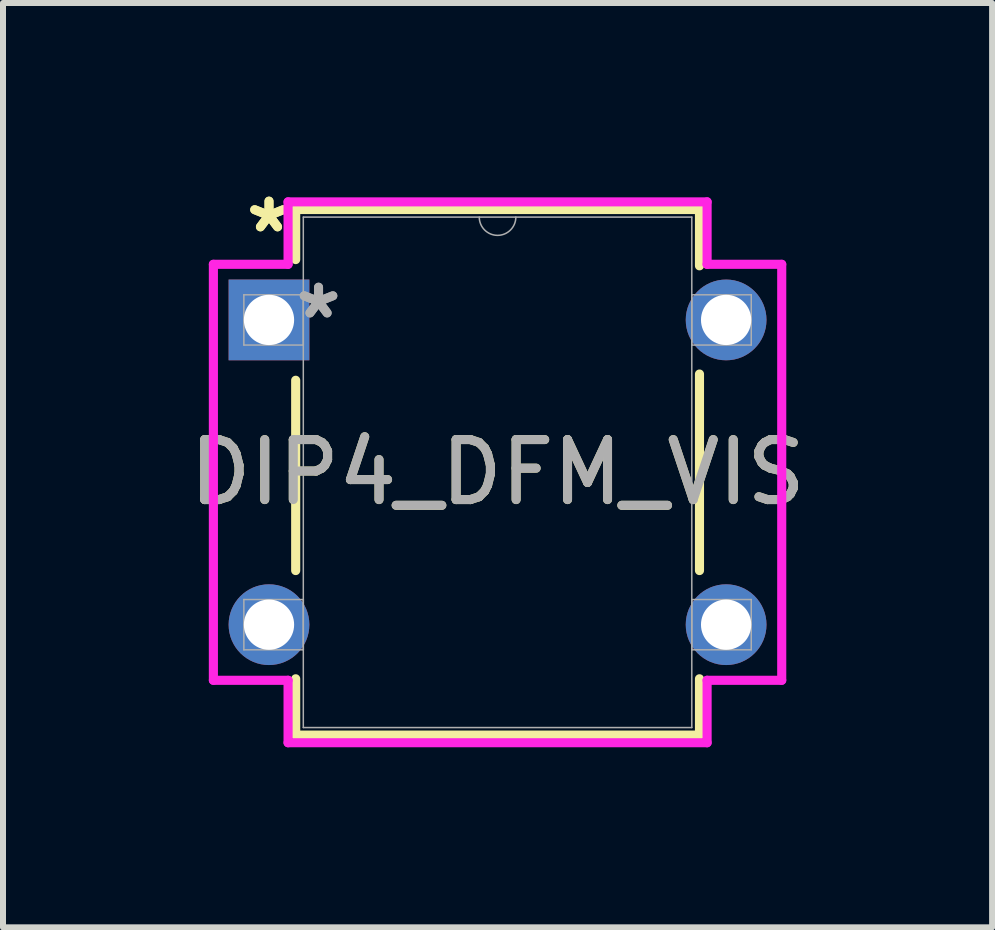
<source format=kicad_pcb>
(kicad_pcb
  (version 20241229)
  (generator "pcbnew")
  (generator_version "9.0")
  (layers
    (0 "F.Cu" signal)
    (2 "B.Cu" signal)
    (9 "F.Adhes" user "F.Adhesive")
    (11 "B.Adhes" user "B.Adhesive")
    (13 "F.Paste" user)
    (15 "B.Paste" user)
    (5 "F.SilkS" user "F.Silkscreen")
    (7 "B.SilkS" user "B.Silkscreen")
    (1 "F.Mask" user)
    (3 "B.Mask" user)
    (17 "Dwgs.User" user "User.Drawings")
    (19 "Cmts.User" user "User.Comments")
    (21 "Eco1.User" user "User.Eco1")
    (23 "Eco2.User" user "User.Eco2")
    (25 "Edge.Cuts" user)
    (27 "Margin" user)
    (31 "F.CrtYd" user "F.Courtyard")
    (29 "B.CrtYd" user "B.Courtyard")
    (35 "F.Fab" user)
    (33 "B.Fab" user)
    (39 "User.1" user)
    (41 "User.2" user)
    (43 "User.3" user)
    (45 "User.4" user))
  (footprint "DIP4_DFM_VIS"
    (layer "F.Cu")
    (at 1.434 2.283)
    (property "Reference" "DIP4_DFM_VIS" (at 3.81 2.54 0) (unlocked yes) (layer "F.SilkS") (effects (font (size 1 1) (thickness 0.15))))
    (attr through_hole)
    (fp_line (start 0.445 -1.841) (end 0.445 -1.006) (stroke (width 0.152) (type solid)) (layer "F.SilkS"))
    (fp_line (start 0.445 1.006) (end 0.445 4.178) (stroke (width 0.152) (type solid)) (layer "F.SilkS"))
    (fp_line (start 0.445 5.982) (end 0.445 6.921) (stroke (width 0.152) (type solid)) (layer "F.SilkS"))
    (fp_line (start 0.445 6.921) (end 7.176 6.921) (stroke (width 0.152) (type solid)) (layer "F.SilkS"))
    (fp_line (start 7.176 -1.841) (end 0.445 -1.841) (stroke (width 0.152) (type solid)) (layer "F.SilkS"))
    (fp_line (start 7.176 -0.902) (end 7.176 -1.841) (stroke (width 0.152) (type solid)) (layer "F.SilkS"))
    (fp_line (start 7.176 4.178) (end 7.176 0.902) (stroke (width 0.152) (type solid)) (layer "F.SilkS"))
    (fp_line (start 7.176 6.921) (end 7.176 5.982) (stroke (width 0.152) (type solid)) (layer "F.SilkS"))
    (fp_line (start -0.927 -0.927) (end 0.318 -0.927) (stroke (width 0.152) (type solid)) (layer "F.CrtYd"))
    (fp_line (start -0.927 6.007) (end -0.927 -0.927) (stroke (width 0.152) (type solid)) (layer "F.CrtYd"))
    (fp_line (start 0.318 -1.968) (end 7.303 -1.968) (stroke (width 0.152) (type solid)) (layer "F.CrtYd"))
    (fp_line (start 0.318 -0.927) (end 0.318 -1.968) (stroke (width 0.152) (type solid)) (layer "F.CrtYd"))
    (fp_line (start 0.318 6.007) (end -0.927 6.007) (stroke (width 0.152) (type solid)) (layer "F.CrtYd"))
    (fp_line (start 0.318 7.048) (end 0.318 6.007) (stroke (width 0.152) (type solid)) (layer "F.CrtYd"))
    (fp_line (start 7.303 -1.968) (end 7.303 -0.927) (stroke (width 0.152) (type solid)) (layer "F.CrtYd"))
    (fp_line (start 7.303 6.007) (end 7.303 7.048) (stroke (width 0.152) (type solid)) (layer "F.CrtYd"))
    (fp_line (start 7.303 7.048) (end 0.318 7.048) (stroke (width 0.152) (type solid)) (layer "F.CrtYd"))
    (fp_line (start 8.547 -0.927) (end 7.303 -0.927) (stroke (width 0.152) (type solid)) (layer "F.CrtYd"))
    (fp_line (start 8.547 -0.927) (end 8.547 6.007) (stroke (width 0.152) (type solid)) (layer "F.CrtYd"))
    (fp_line (start 8.547 6.007) (end 7.303 6.007) (stroke (width 0.152) (type solid)) (layer "F.CrtYd"))
    (fp_line (start -0.419 -0.419) (end -0.419 0.419) (stroke (width 0.025) (type solid)) (layer "F.Fab"))
    (fp_line (start -0.419 0.419) (end 0.572 0.419) (stroke (width 0.025) (type solid)) (layer "F.Fab"))
    (fp_line (start -0.419 4.661) (end -0.419 5.499) (stroke (width 0.025) (type solid)) (layer "F.Fab"))
    (fp_line (start -0.419 5.499) (end 0.572 5.499) (stroke (width 0.025) (type solid)) (layer "F.Fab"))
    (fp_line (start 0.572 -1.714) (end 0.572 6.795) (stroke (width 0.025) (type solid)) (layer "F.Fab"))
    (fp_line (start 0.572 -0.419) (end -0.419 -0.419) (stroke (width 0.025) (type solid)) (layer "F.Fab"))
    (fp_line (start 0.572 0.419) (end 0.572 -0.419) (stroke (width 0.025) (type solid)) (layer "F.Fab"))
    (fp_line (start 0.572 4.661) (end -0.419 4.661) (stroke (width 0.025) (type solid)) (layer "F.Fab"))
    (fp_line (start 0.572 5.499) (end 0.572 4.661) (stroke (width 0.025) (type solid)) (layer "F.Fab"))
    (fp_line (start 0.572 6.795) (end 7.048 6.795) (stroke (width 0.025) (type solid)) (layer "F.Fab"))
    (fp_line (start 7.048 -1.714) (end 0.572 -1.714) (stroke (width 0.025) (type solid)) (layer "F.Fab"))
    (fp_line (start 7.048 -0.419) (end 7.048 0.419) (stroke (width 0.025) (type solid)) (layer "F.Fab"))
    (fp_line (start 7.048 0.419) (end 8.039 0.419) (stroke (width 0.025) (type solid)) (layer "F.Fab"))
    (fp_line (start 7.048 4.661) (end 7.048 5.499) (stroke (width 0.025) (type solid)) (layer "F.Fab"))
    (fp_line (start 7.048 5.499) (end 8.039 5.499) (stroke (width 0.025) (type solid)) (layer "F.Fab"))
    (fp_line (start 7.048 6.795) (end 7.048 -1.714) (stroke (width 0.025) (type solid)) (layer "F.Fab"))
    (fp_line (start 8.039 -0.419) (end 7.048 -0.419) (stroke (width 0.025) (type solid)) (layer "F.Fab"))
    (fp_line (start 8.039 0.419) (end 8.039 -0.419) (stroke (width 0.025) (type solid)) (layer "F.Fab"))
    (fp_line (start 8.039 4.661) (end 7.048 4.661) (stroke (width 0.025) (type solid)) (layer "F.Fab"))
    (fp_line (start 8.039 5.499) (end 8.039 4.661) (stroke (width 0.025) (type solid)) (layer "F.Fab"))
    (fp_arc (start 4.1148 -1.7145) (mid 3.81 -1.4097) (end 3.5052 -1.7145) (stroke (width 0.0254) (type solid)) (layer "F.Fab"))
    (fp_text user "*" (at 0 -1.435 0) (layer "F.SilkS") (effects (font (size 1 1) (thickness 0.15))))
    (fp_text user "*" (at 0 -1.435 0) (unlocked yes) (layer "F.SilkS") (effects (font (size 1 1) (thickness 0.15))))
    (fp_text user "*" (at 0.826 0 0) (layer "F.Fab") (effects (font (size 1 1) (thickness 0.15))))
    (fp_text user "*" (at 0.826 0 0) (unlocked yes) (layer "F.Fab") (effects (font (size 1 1) (thickness 0.15))))
    (fp_text user "${REFERENCE}" (at 3.81 2.54 0) (unlocked yes) (layer "F.Fab") (effects (font (size 1 1) (thickness 0.15))))
    (pad "1" thru_hole rect (at 0 0) (size 1.346 1.346) (drill 0.838) (layers "*.Cu" "*.Mask"))
    (pad "2" thru_hole circle (at 0 5.08) (size 1.346 1.346) (drill 0.838) (layers "*.Cu" "*.Mask"))
    (pad "3" thru_hole circle (at 7.62 5.08) (size 1.346 1.346) (drill 0.838) (layers "*.Cu" "*.Mask"))
    (pad "4" thru_hole circle (at 7.62 0) (size 1.346 1.346) (drill 0.838) (layers "*.Cu" "*.Mask")))
  (gr_rect
    (start -3 -3)
    (end 13.488 12.408)
    (stroke (width 0.1) (type default))
    (fill no)
    (layer "Edge.Cuts")))
</source>
